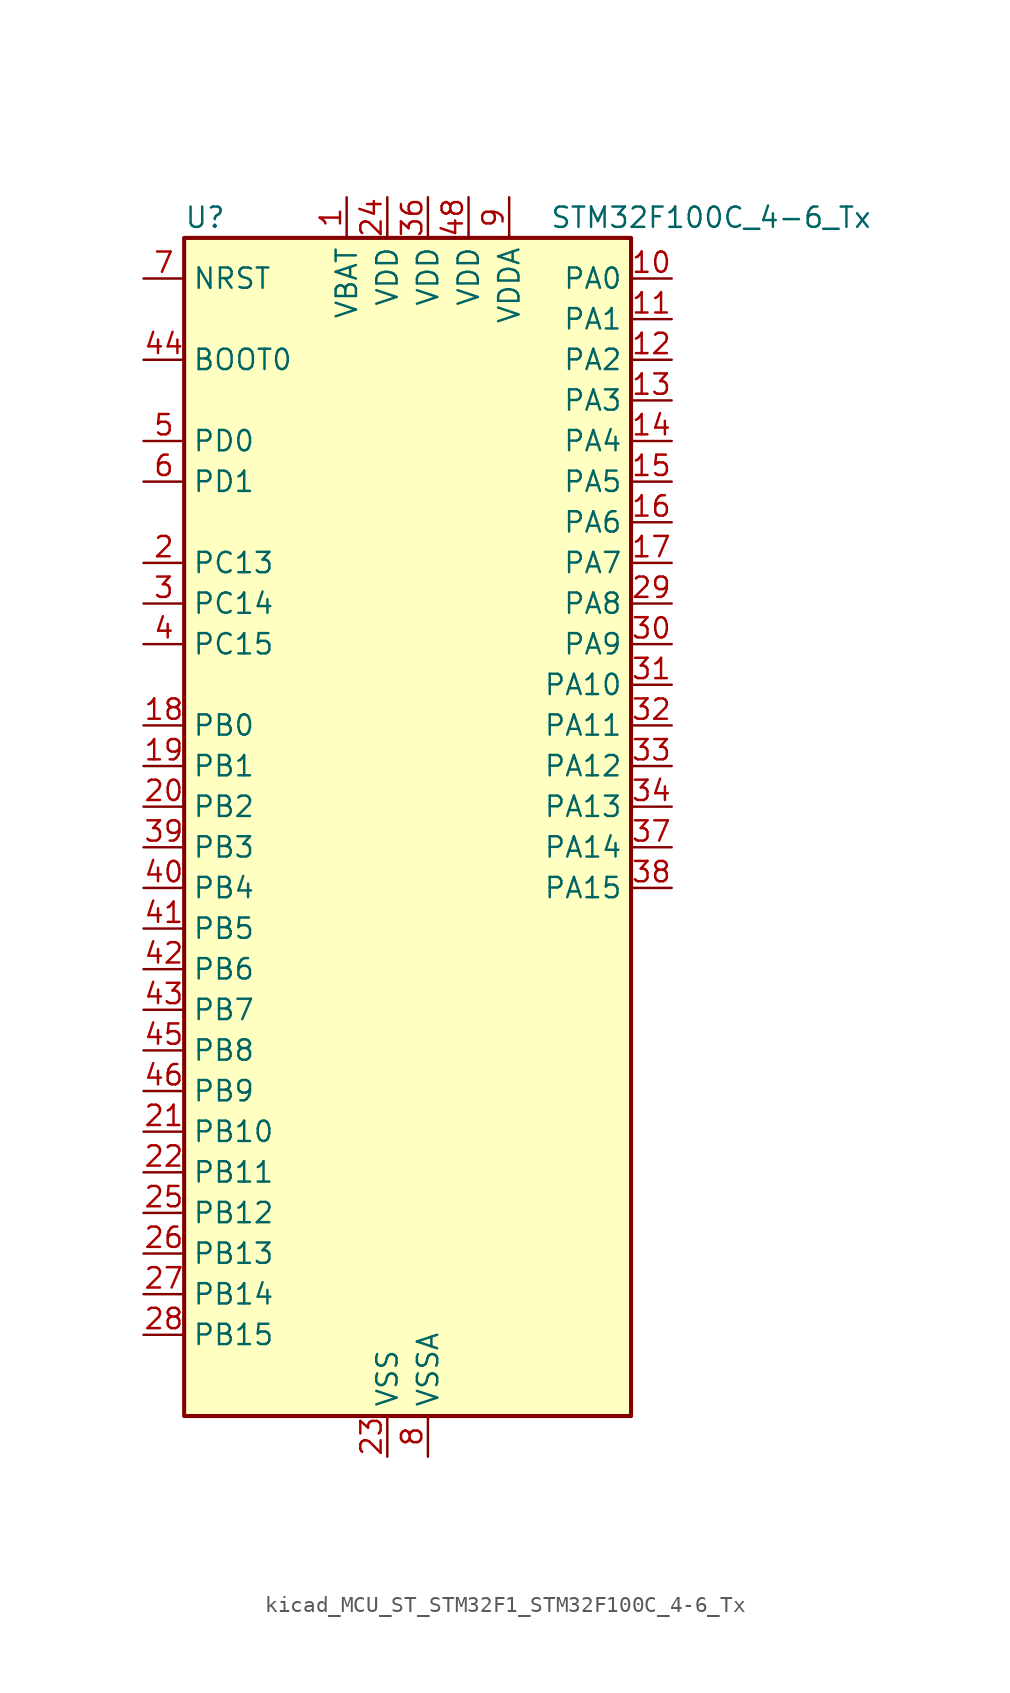
<source format=kicad_sym>
(kicad_symbol_lib
  (version 20220914)
  (generator kicad_symbol_editor)
  (symbol "kicad_MCU_ST_STM32F1_STM32F100C_4-6_Tx"
    (property "Reference" "U"
      (at -12.7 39.37 0)
      (effects (font (size 1.27 1.27)) (justify left)))
    (property "Value" "STM32F100C_4-6_Tx"
      (at 10.16 39.37 0)
      (effects (font (size 1.27 1.27)) (justify left)))
    (property "ki_locked" ""
      (at 0 0 0)
      (effects (font (size 1.27 1.27))))
    (symbol "kicad_MCU_ST_STM32F1_STM32F100C_4-6_Tx_0_1"
      (rectangle (start -12.7 -35.56) (end 15.24 38.1) (stroke (width 0.254) (type default)) (fill (type background))))
    (symbol "kicad_MCU_ST_STM32F1_STM32F100C_4-6_Tx_1_1"
      (pin power_in line (at -2.54 40.64 270) (length 2.54) (name "VBAT" (effects (font (size 1.27 1.27)))) (number "1" (effects (font (size 1.27 1.27)))))
      (pin bidirectional line (at 17.78 35.56 180) (length 2.54) (name "PA0" (effects (font (size 1.27 1.27)))) (number "10" (effects (font (size 1.27 1.27)))) (alternate "ADC1_IN0" bidirectional line) (alternate "SYS_WKUP" bidirectional line) (alternate "TIM2_CH1" bidirectional line) (alternate "TIM2_ETR" bidirectional line) (alternate "USART2_CTS" bidirectional line))
      (pin bidirectional line (at 17.78 33.02 180) (length 2.54) (name "PA1" (effects (font (size 1.27 1.27)))) (number "11" (effects (font (size 1.27 1.27)))) (alternate "ADC1_IN1" bidirectional line) (alternate "TIM2_CH2" bidirectional line) (alternate "USART2_RTS" bidirectional line))
      (pin bidirectional line (at 17.78 30.48 180) (length 2.54) (name "PA2" (effects (font (size 1.27 1.27)))) (number "12" (effects (font (size 1.27 1.27)))) (alternate "ADC1_IN2" bidirectional line) (alternate "TIM15_CH1" bidirectional line) (alternate "TIM2_CH3" bidirectional line) (alternate "USART2_TX" bidirectional line))
      (pin bidirectional line (at 17.78 27.94 180) (length 2.54) (name "PA3" (effects (font (size 1.27 1.27)))) (number "13" (effects (font (size 1.27 1.27)))) (alternate "ADC1_IN3" bidirectional line) (alternate "TIM15_CH2" bidirectional line) (alternate "TIM2_CH4" bidirectional line) (alternate "USART2_RX" bidirectional line))
      (pin bidirectional line (at 17.78 25.4 180) (length 2.54) (name "PA4" (effects (font (size 1.27 1.27)))) (number "14" (effects (font (size 1.27 1.27)))) (alternate "ADC1_IN4" bidirectional line) (alternate "DAC_OUT1" bidirectional line) (alternate "SPI1_NSS" bidirectional line) (alternate "USART2_CK" bidirectional line))
      (pin bidirectional line (at 17.78 22.86 180) (length 2.54) (name "PA5" (effects (font (size 1.27 1.27)))) (number "15" (effects (font (size 1.27 1.27)))) (alternate "ADC1_IN5" bidirectional line) (alternate "DAC_OUT2" bidirectional line) (alternate "SPI1_SCK" bidirectional line))
      (pin bidirectional line (at 17.78 20.32 180) (length 2.54) (name "PA6" (effects (font (size 1.27 1.27)))) (number "16" (effects (font (size 1.27 1.27)))) (alternate "ADC1_IN6" bidirectional line) (alternate "SPI1_MISO" bidirectional line) (alternate "TIM16_CH1" bidirectional line) (alternate "TIM1_BKIN" bidirectional line) (alternate "TIM3_CH1" bidirectional line))
      (pin bidirectional line (at 17.78 17.78 180) (length 2.54) (name "PA7" (effects (font (size 1.27 1.27)))) (number "17" (effects (font (size 1.27 1.27)))) (alternate "ADC1_IN7" bidirectional line) (alternate "SPI1_MOSI" bidirectional line) (alternate "TIM17_CH1" bidirectional line) (alternate "TIM1_CH1N" bidirectional line) (alternate "TIM3_CH2" bidirectional line))
      (pin bidirectional line (at -15.24 7.62 0) (length 2.54) (name "PB0" (effects (font (size 1.27 1.27)))) (number "18" (effects (font (size 1.27 1.27)))) (alternate "ADC1_IN8" bidirectional line) (alternate "TIM1_CH2N" bidirectional line) (alternate "TIM3_CH3" bidirectional line))
      (pin bidirectional line (at -15.24 5.08 0) (length 2.54) (name "PB1" (effects (font (size 1.27 1.27)))) (number "19" (effects (font (size 1.27 1.27)))) (alternate "ADC1_IN9" bidirectional line) (alternate "TIM1_CH3N" bidirectional line) (alternate "TIM3_CH4" bidirectional line))
      (pin bidirectional line (at -15.24 17.78 0) (length 2.54) (name "PC13" (effects (font (size 1.27 1.27)))) (number "2" (effects (font (size 1.27 1.27)))) (alternate "RTC_OUT" bidirectional line) (alternate "RTC_TAMPER" bidirectional line))
      (pin bidirectional line (at -15.24 2.54 0) (length 2.54) (name "PB2" (effects (font (size 1.27 1.27)))) (number "20" (effects (font (size 1.27 1.27)))))
      (pin bidirectional line (at -15.24 -17.78 0) (length 2.54) (name "PB10" (effects (font (size 1.27 1.27)))) (number "21" (effects (font (size 1.27 1.27)))) (alternate "CEC" bidirectional line) (alternate "TIM2_CH3" bidirectional line))
      (pin bidirectional line (at -15.24 -20.32 0) (length 2.54) (name "PB11" (effects (font (size 1.27 1.27)))) (number "22" (effects (font (size 1.27 1.27)))) (alternate "ADC1_EXTI11" bidirectional line) (alternate "TIM2_CH4" bidirectional line))
      (pin power_in line (at 0 -38.1 90) (length 2.54) (name "VSS" (effects (font (size 1.27 1.27)))) (number "23" (effects (font (size 1.27 1.27)))))
      (pin power_in line (at 0 40.64 270) (length 2.54) (name "VDD" (effects (font (size 1.27 1.27)))) (number "24" (effects (font (size 1.27 1.27)))))
      (pin bidirectional line (at -15.24 -22.86 0) (length 2.54) (name "PB12" (effects (font (size 1.27 1.27)))) (number "25" (effects (font (size 1.27 1.27)))) (alternate "TIM1_BKIN" bidirectional line))
      (pin bidirectional line (at -15.24 -25.4 0) (length 2.54) (name "PB13" (effects (font (size 1.27 1.27)))) (number "26" (effects (font (size 1.27 1.27)))) (alternate "TIM1_CH1N" bidirectional line))
      (pin bidirectional line (at -15.24 -27.94 0) (length 2.54) (name "PB14" (effects (font (size 1.27 1.27)))) (number "27" (effects (font (size 1.27 1.27)))) (alternate "TIM15_CH1" bidirectional line) (alternate "TIM1_CH2N" bidirectional line))
      (pin bidirectional line (at -15.24 -30.48 0) (length 2.54) (name "PB15" (effects (font (size 1.27 1.27)))) (number "28" (effects (font (size 1.27 1.27)))) (alternate "ADC1_EXTI15" bidirectional line) (alternate "TIM15_CH1N" bidirectional line) (alternate "TIM15_CH2" bidirectional line) (alternate "TIM1_CH3N" bidirectional line))
      (pin bidirectional line (at 17.78 15.24 180) (length 2.54) (name "PA8" (effects (font (size 1.27 1.27)))) (number "29" (effects (font (size 1.27 1.27)))) (alternate "RCC_MCO" bidirectional line) (alternate "TIM1_CH1" bidirectional line) (alternate "USART1_CK" bidirectional line))
      (pin bidirectional line (at -15.24 15.24 0) (length 2.54) (name "PC14" (effects (font (size 1.27 1.27)))) (number "3" (effects (font (size 1.27 1.27)))) (alternate "RCC_OSC32_IN" bidirectional line))
      (pin bidirectional line (at 17.78 12.7 180) (length 2.54) (name "PA9" (effects (font (size 1.27 1.27)))) (number "30" (effects (font (size 1.27 1.27)))) (alternate "DAC_EXTI9" bidirectional line) (alternate "TIM15_BKIN" bidirectional line) (alternate "TIM1_CH2" bidirectional line) (alternate "USART1_TX" bidirectional line))
      (pin bidirectional line (at 17.78 10.16 180) (length 2.54) (name "PA10" (effects (font (size 1.27 1.27)))) (number "31" (effects (font (size 1.27 1.27)))) (alternate "TIM17_BKIN" bidirectional line) (alternate "TIM1_CH3" bidirectional line) (alternate "USART1_RX" bidirectional line))
      (pin bidirectional line (at 17.78 7.62 180) (length 2.54) (name "PA11" (effects (font (size 1.27 1.27)))) (number "32" (effects (font (size 1.27 1.27)))) (alternate "ADC1_EXTI11" bidirectional line) (alternate "TIM1_CH4" bidirectional line) (alternate "USART1_CTS" bidirectional line))
      (pin bidirectional line (at 17.78 5.08 180) (length 2.54) (name "PA12" (effects (font (size 1.27 1.27)))) (number "33" (effects (font (size 1.27 1.27)))) (alternate "TIM1_ETR" bidirectional line) (alternate "USART1_RTS" bidirectional line))
      (pin bidirectional line (at 17.78 2.54 180) (length 2.54) (name "PA13" (effects (font (size 1.27 1.27)))) (number "34" (effects (font (size 1.27 1.27)))) (alternate "SYS_JTMS-SWDIO" bidirectional line))
      (pin passive line (at 0 -38.1 90) (length 2.54) hide (name "VSS" (effects (font (size 1.27 1.27)))) (number "35" (effects (font (size 1.27 1.27)))))
      (pin power_in line (at 2.54 40.64 270) (length 2.54) (name "VDD" (effects (font (size 1.27 1.27)))) (number "36" (effects (font (size 1.27 1.27)))))
      (pin bidirectional line (at 17.78 0 180) (length 2.54) (name "PA14" (effects (font (size 1.27 1.27)))) (number "37" (effects (font (size 1.27 1.27)))) (alternate "SYS_JTCK-SWCLK" bidirectional line))
      (pin bidirectional line (at 17.78 -2.54 180) (length 2.54) (name "PA15" (effects (font (size 1.27 1.27)))) (number "38" (effects (font (size 1.27 1.27)))) (alternate "ADC1_EXTI15" bidirectional line) (alternate "SPI1_NSS" bidirectional line) (alternate "SYS_JTDI" bidirectional line) (alternate "TIM2_CH1" bidirectional line) (alternate "TIM2_ETR" bidirectional line))
      (pin bidirectional line (at -15.24 0 0) (length 2.54) (name "PB3" (effects (font (size 1.27 1.27)))) (number "39" (effects (font (size 1.27 1.27)))) (alternate "SPI1_SCK" bidirectional line) (alternate "SYS_JTDO-TRACESWO" bidirectional line) (alternate "TIM2_CH2" bidirectional line))
      (pin bidirectional line (at -15.24 12.7 0) (length 2.54) (name "PC15" (effects (font (size 1.27 1.27)))) (number "4" (effects (font (size 1.27 1.27)))) (alternate "ADC1_EXTI15" bidirectional line) (alternate "RCC_OSC32_OUT" bidirectional line))
      (pin bidirectional line (at -15.24 -2.54 0) (length 2.54) (name "PB4" (effects (font (size 1.27 1.27)))) (number "40" (effects (font (size 1.27 1.27)))) (alternate "SPI1_MISO" bidirectional line) (alternate "SYS_NJTRST" bidirectional line) (alternate "TIM3_CH1" bidirectional line))
      (pin bidirectional line (at -15.24 -5.08 0) (length 2.54) (name "PB5" (effects (font (size 1.27 1.27)))) (number "41" (effects (font (size 1.27 1.27)))) (alternate "I2C1_SMBA" bidirectional line) (alternate "SPI1_MOSI" bidirectional line) (alternate "TIM16_BKIN" bidirectional line) (alternate "TIM3_CH2" bidirectional line))
      (pin bidirectional line (at -15.24 -7.62 0) (length 2.54) (name "PB6" (effects (font (size 1.27 1.27)))) (number "42" (effects (font (size 1.27 1.27)))) (alternate "I2C1_SCL" bidirectional line) (alternate "TIM16_CH1N" bidirectional line) (alternate "USART1_TX" bidirectional line))
      (pin bidirectional line (at -15.24 -10.16 0) (length 2.54) (name "PB7" (effects (font (size 1.27 1.27)))) (number "43" (effects (font (size 1.27 1.27)))) (alternate "I2C1_SDA" bidirectional line) (alternate "TIM17_CH1N" bidirectional line) (alternate "USART1_RX" bidirectional line))
      (pin input line (at -15.24 30.48 0) (length 2.54) (name "BOOT0" (effects (font (size 1.27 1.27)))) (number "44" (effects (font (size 1.27 1.27)))))
      (pin bidirectional line (at -15.24 -12.7 0) (length 2.54) (name "PB8" (effects (font (size 1.27 1.27)))) (number "45" (effects (font (size 1.27 1.27)))) (alternate "CEC" bidirectional line) (alternate "I2C1_SCL" bidirectional line) (alternate "TIM16_CH1" bidirectional line))
      (pin bidirectional line (at -15.24 -15.24 0) (length 2.54) (name "PB9" (effects (font (size 1.27 1.27)))) (number "46" (effects (font (size 1.27 1.27)))) (alternate "DAC_EXTI9" bidirectional line) (alternate "I2C1_SDA" bidirectional line) (alternate "TIM17_CH1" bidirectional line))
      (pin passive line (at 0 -38.1 90) (length 2.54) hide (name "VSS" (effects (font (size 1.27 1.27)))) (number "47" (effects (font (size 1.27 1.27)))))
      (pin power_in line (at 5.08 40.64 270) (length 2.54) (name "VDD" (effects (font (size 1.27 1.27)))) (number "48" (effects (font (size 1.27 1.27)))))
      (pin bidirectional line (at -15.24 25.4 0) (length 2.54) (name "PD0" (effects (font (size 1.27 1.27)))) (number "5" (effects (font (size 1.27 1.27)))) (alternate "RCC_OSC_IN" bidirectional line))
      (pin bidirectional line (at -15.24 22.86 0) (length 2.54) (name "PD1" (effects (font (size 1.27 1.27)))) (number "6" (effects (font (size 1.27 1.27)))) (alternate "RCC_OSC_OUT" bidirectional line))
      (pin input line (at -15.24 35.56 0) (length 2.54) (name "NRST" (effects (font (size 1.27 1.27)))) (number "7" (effects (font (size 1.27 1.27)))))
      (pin power_in line (at 2.54 -38.1 90) (length 2.54) (name "VSSA" (effects (font (size 1.27 1.27)))) (number "8" (effects (font (size 1.27 1.27)))))
      (pin power_in line (at 7.62 40.64 270) (length 2.54) (name "VDDA" (effects (font (size 1.27 1.27)))) (number "9" (effects (font (size 1.27 1.27))))))))
</source>
